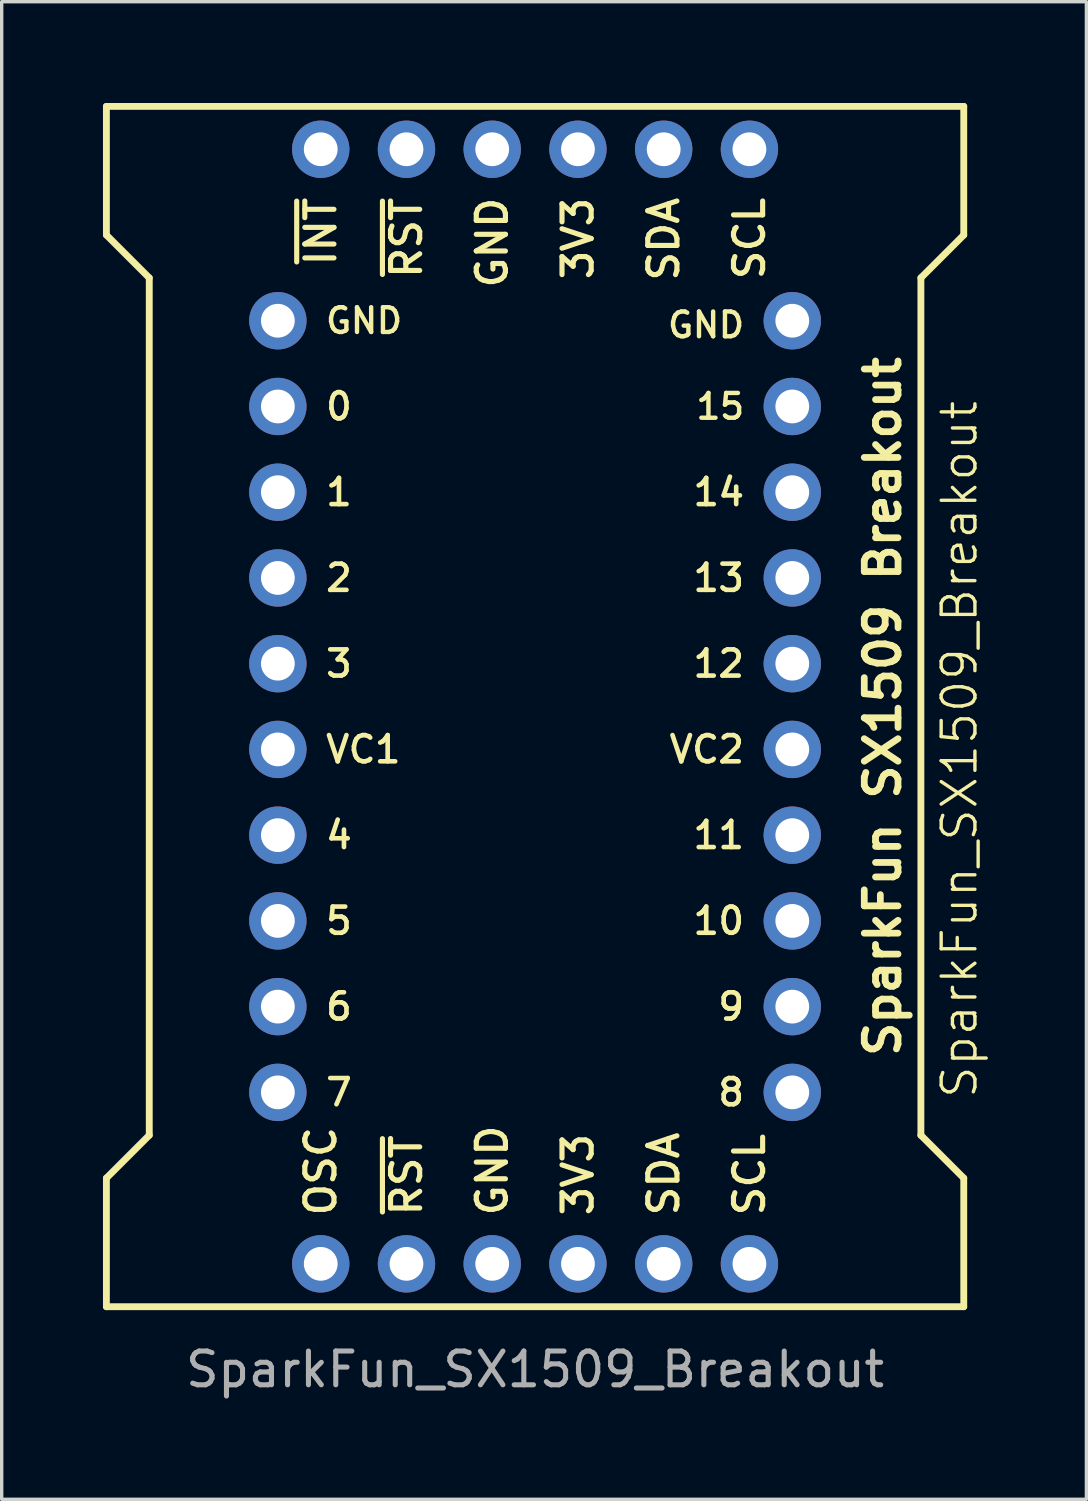
<source format=kicad_pcb>
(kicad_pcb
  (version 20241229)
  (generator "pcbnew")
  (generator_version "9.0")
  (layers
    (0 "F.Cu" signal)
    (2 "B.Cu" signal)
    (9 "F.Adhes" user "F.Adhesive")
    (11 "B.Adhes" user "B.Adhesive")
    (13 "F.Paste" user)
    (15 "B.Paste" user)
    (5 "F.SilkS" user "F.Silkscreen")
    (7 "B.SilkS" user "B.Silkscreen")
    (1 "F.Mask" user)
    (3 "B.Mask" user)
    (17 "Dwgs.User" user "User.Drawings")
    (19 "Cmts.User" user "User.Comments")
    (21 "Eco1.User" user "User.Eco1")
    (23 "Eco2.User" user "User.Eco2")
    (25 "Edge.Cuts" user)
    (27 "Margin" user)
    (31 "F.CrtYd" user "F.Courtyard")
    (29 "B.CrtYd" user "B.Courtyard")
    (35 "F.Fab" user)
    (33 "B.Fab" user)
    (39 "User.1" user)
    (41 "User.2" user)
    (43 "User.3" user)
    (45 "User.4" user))
  (footprint "SparkFun_SX1509_Breakout"
    (layer "F.Cu")
    (at 12.802 19.152)
    (property "Reference" "SparkFun_SX1509_Breakout" (at 12.573 0 90) (unlocked yes) (layer "F.SilkS") (effects (font (size 1 1) (thickness 0.1))))
    (attr through_hole)
    (fp_line (start -12.7 -19.05) (end -12.7 -15.24) (stroke (width 0.203) (type solid)) (layer "F.SilkS"))
    (fp_line (start -12.7 -15.24) (end -11.43 -13.97) (stroke (width 0.203) (type solid)) (layer "F.SilkS"))
    (fp_line (start -12.7 12.7) (end -12.7 16.51) (stroke (width 0.203) (type solid)) (layer "F.SilkS"))
    (fp_line (start -12.7 16.51) (end 12.7 16.51) (stroke (width 0.203) (type solid)) (layer "F.SilkS"))
    (fp_line (start -11.43 -13.97) (end -11.43 11.43) (stroke (width 0.203) (type solid)) (layer "F.SilkS"))
    (fp_line (start -11.43 11.43) (end -12.7 12.7) (stroke (width 0.203) (type solid)) (layer "F.SilkS"))
    (fp_line (start 11.43 -13.97) (end 12.7 -15.24) (stroke (width 0.203) (type solid)) (layer "F.SilkS"))
    (fp_line (start 11.43 11.43) (end 11.43 -13.97) (stroke (width 0.203) (type solid)) (layer "F.SilkS"))
    (fp_line (start 12.7 -19.05) (end -12.7 -19.05) (stroke (width 0.203) (type solid)) (layer "F.SilkS"))
    (fp_line (start 12.7 -15.24) (end 12.7 -19.05) (stroke (width 0.203) (type solid)) (layer "F.SilkS"))
    (fp_line (start 12.7 12.7) (end 11.43 11.43) (stroke (width 0.203) (type solid)) (layer "F.SilkS"))
    (fp_line (start 12.7 16.51) (end 12.7 12.7) (stroke (width 0.203) (type solid)) (layer "F.SilkS"))
    (fp_text user "12" (at 6.27 -2.54 0) (unlocked yes) (layer "F.SilkS") (effects (font (size 0.777 0.777) (thickness 0.137)) (justify right)))
    (fp_text user "0" (at -6.27 -10.16 0) (unlocked yes) (layer "F.SilkS") (effects (font (size 0.777 0.777) (thickness 0.137)) (justify left)))
    (fp_text user "SDA" (at 3.81 -16.43 90) (unlocked yes) (layer "F.SilkS") (effects (font (size 0.864 0.864) (thickness 0.152)) (justify right)))
    (fp_text user "15" (at 6.27 -10.16 0) (unlocked yes) (layer "F.SilkS") (effects (font (size 0.734 0.734) (thickness 0.13)) (justify right)))
    (fp_text user "9" (at 6.27 7.62 0) (unlocked yes) (layer "F.SilkS") (effects (font (size 0.777 0.777) (thickness 0.137)) (justify right)))
    (fp_text user "8" (at 6.27 10.16 0) (unlocked yes) (layer "F.SilkS") (effects (font (size 0.777 0.777) (thickness 0.137)) (justify right)))
    (fp_text user "SparkFun SX1509 Breakout" (at 10.3 -1.27 90) (unlocked yes) (layer "F.SilkS") (effects (font (size 1 1) (thickness 0.2) (bold yes))))
    (fp_text user "OSC" (at -6.35 13.89 90) (unlocked yes) (layer "F.SilkS") (effects (font (size 0.864 0.864) (thickness 0.152)) (justify left)))
    (fp_text user "5" (at -6.27 5.08 0) (unlocked yes) (layer "F.SilkS") (effects (font (size 0.777 0.777) (thickness 0.137)) (justify left)))
    (fp_text user "VC2" (at 6.27 0 0) (unlocked yes) (layer "F.SilkS") (effects (font (size 0.777 0.777) (thickness 0.137)) (justify right)))
    (fp_text user "11" (at 6.27 2.54 0) (unlocked yes) (layer "F.SilkS") (effects (font (size 0.777 0.777) (thickness 0.137)) (justify right)))
    (fp_text user "2" (at -6.27 -5.08 0) (unlocked yes) (layer "F.SilkS") (effects (font (size 0.777 0.777) (thickness 0.137)) (justify left)))
    (fp_text user "GND" (at 6.27 -12.573 0) (unlocked yes) (layer "F.SilkS") (effects (font (size 0.734 0.734) (thickness 0.13)) (justify right)))
    (fp_text user "10" (at 6.27 5.08 0) (unlocked yes) (layer "F.SilkS") (effects (font (size 0.777 0.777) (thickness 0.137)) (justify right)))
    (fp_text user "3V3" (at 1.27 -16.43 90) (unlocked yes) (layer "F.SilkS") (effects (font (size 0.864 0.864) (thickness 0.152)) (justify right)))
    (fp_text user "6" (at -6.27 7.62 0) (unlocked yes) (layer "F.SilkS") (effects (font (size 0.777 0.777) (thickness 0.137)) (justify left)))
    (fp_text user "SCL" (at 6.35 13.89 90) (unlocked yes) (layer "F.SilkS") (effects (font (size 0.864 0.864) (thickness 0.152)) (justify left)))
    (fp_text user "~{RST}" (at -3.81 -16.43 90) (unlocked yes) (layer "F.SilkS") (effects (font (size 0.864 0.864) (thickness 0.152)) (justify right)))
    (fp_text user "13" (at 6.27 -5.08 0) (unlocked yes) (layer "F.SilkS") (effects (font (size 0.777 0.777) (thickness 0.137)) (justify right)))
    (fp_text user "GND" (at -1.27 -16.43 90) (unlocked yes) (layer "F.SilkS") (effects (font (size 0.864 0.864) (thickness 0.152)) (justify right)))
    (fp_text user "~{INT}" (at -6.35 -16.43 90) (unlocked yes) (layer "F.SilkS") (effects (font (size 0.864 0.864) (thickness 0.152)) (justify right)))
    (fp_text user "VC1" (at -6.27 0 0) (unlocked yes) (layer "F.SilkS") (effects (font (size 0.777 0.777) (thickness 0.137)) (justify left)))
    (fp_text user "GND" (at -1.27 13.89 90) (unlocked yes) (layer "F.SilkS") (effects (font (size 0.864 0.864) (thickness 0.152)) (justify left)))
    (fp_text user "3" (at -6.27 -2.54 0) (unlocked yes) (layer "F.SilkS") (effects (font (size 0.777 0.777) (thickness 0.137)) (justify left)))
    (fp_text user "~{RST}" (at -3.81 13.89 90) (unlocked yes) (layer "F.SilkS") (effects (font (size 0.864 0.864) (thickness 0.152)) (justify left)))
    (fp_text user "GND" (at -6.27 -12.7 0) (unlocked yes) (layer "F.SilkS") (effects (font (size 0.734 0.734) (thickness 0.13)) (justify left)))
    (fp_text user "7" (at -6.27 10.16 0) (unlocked yes) (layer "F.SilkS") (effects (font (size 0.777 0.777) (thickness 0.137)) (justify left)))
    (fp_text user "SDA" (at 3.81 13.89 90) (unlocked yes) (layer "F.SilkS") (effects (font (size 0.864 0.864) (thickness 0.152)) (justify left)))
    (fp_text user "1" (at -6.27 -7.62 0) (unlocked yes) (layer "F.SilkS") (effects (font (size 0.777 0.777) (thickness 0.137)) (justify left)))
    (fp_text user "14" (at 6.27 -7.62 0) (unlocked yes) (layer "F.SilkS") (effects (font (size 0.777 0.777) (thickness 0.137)) (justify right)))
    (fp_text user "3V3" (at 1.27 13.89 90) (unlocked yes) (layer "F.SilkS") (effects (font (size 0.864 0.864) (thickness 0.152)) (justify left)))
    (fp_text user "SCL" (at 6.35 -16.43 90) (unlocked yes) (layer "F.SilkS") (effects (font (size 0.864 0.864) (thickness 0.152)) (justify right)))
    (fp_text user "4" (at -6.27 2.54 0) (unlocked yes) (layer "F.SilkS") (effects (font (size 0.777 0.777) (thickness 0.137)) (justify left)))
    (fp_text user "${REFERENCE}" (at 0 18.368 0) (unlocked yes) (layer "F.Fab") (effects (font (size 1 1) (thickness 0.15))))
    (pad "J1/1" thru_hole circle (at -6.35 -17.78 90) (size 1.7 1.7) (drill 1) (layers "*.Cu" "*.Mask"))
    (pad "J1/2" thru_hole circle (at -3.81 -17.78 90) (size 1.7 1.7) (drill 1) (layers "*.Cu" "*.Mask"))
    (pad "J1/3" thru_hole circle (at -1.27 -17.78 90) (size 1.7 1.7) (drill 1) (layers "*.Cu" "*.Mask"))
    (pad "J1/4" thru_hole circle (at 1.27 -17.78 90) (size 1.7 1.7) (drill 1) (layers "*.Cu" "*.Mask"))
    (pad "J1/5" thru_hole circle (at 3.81 -17.78 90) (size 1.7 1.7) (drill 1) (layers "*.Cu" "*.Mask"))
    (pad "J1/6" thru_hole circle (at 6.35 -17.78 90) (size 1.7 1.7) (drill 1) (layers "*.Cu" "*.Mask"))
    (pad "J2/1" thru_hole circle (at -6.35 15.24 90) (size 1.7 1.7) (drill 1) (layers "*.Cu" "*.Mask"))
    (pad "J2/2" thru_hole circle (at -3.81 15.24 90) (size 1.7 1.7) (drill 1) (layers "*.Cu" "*.Mask"))
    (pad "J2/3" thru_hole circle (at -1.27 15.24 90) (size 1.7 1.7) (drill 1) (layers "*.Cu" "*.Mask"))
    (pad "J2/4" thru_hole circle (at 1.27 15.24 90) (size 1.7 1.7) (drill 1) (layers "*.Cu" "*.Mask"))
    (pad "J2/5" thru_hole circle (at 3.81 15.24 90) (size 1.7 1.7) (drill 1) (layers "*.Cu" "*.Mask"))
    (pad "J2/6" thru_hole circle (at 6.35 15.24 90) (size 1.7 1.7) (drill 1) (layers "*.Cu" "*.Mask"))
    (pad "J3/2" thru_hole circle (at -7.62 -12.7 270) (size 1.7 1.7) (drill 1) (layers "*.Cu" "*.Mask"))
    (pad "J3/4" thru_hole circle (at -7.62 -10.16 270) (size 1.7 1.7) (drill 1) (layers "*.Cu" "*.Mask"))
    (pad "J3/6" thru_hole circle (at -7.62 -7.62 270) (size 1.7 1.7) (drill 1) (layers "*.Cu" "*.Mask"))
    (pad "J3/8" thru_hole circle (at -7.62 -5.08 270) (size 1.7 1.7) (drill 1) (layers "*.Cu" "*.Mask"))
    (pad "J3/10" thru_hole circle (at -7.62 -2.54 270) (size 1.7 1.7) (drill 1) (layers "*.Cu" "*.Mask"))
    (pad "J3/12" thru_hole circle (at -7.62 0 270) (size 1.7 1.7) (drill 1) (layers "*.Cu" "*.Mask"))
    (pad "J3/14" thru_hole circle (at -7.62 2.54 270) (size 1.7 1.7) (drill 1) (layers "*.Cu" "*.Mask"))
    (pad "J3/16" thru_hole circle (at -7.62 5.08 270) (size 1.7 1.7) (drill 1) (layers "*.Cu" "*.Mask"))
    (pad "J3/18" thru_hole circle (at -7.62 7.62 270) (size 1.7 1.7) (drill 1) (layers "*.Cu" "*.Mask"))
    (pad "J3/20" thru_hole circle (at -7.62 10.16 270) (size 1.7 1.7) (drill 1) (layers "*.Cu" "*.Mask"))
    (pad "J4/2" thru_hole circle (at 7.62 10.16 90) (size 1.7 1.7) (drill 1) (layers "*.Cu" "*.Mask"))
    (pad "J4/4" thru_hole circle (at 7.62 7.62 90) (size 1.7 1.7) (drill 1) (layers "*.Cu" "*.Mask"))
    (pad "J4/6" thru_hole circle (at 7.62 5.08 90) (size 1.7 1.7) (drill 1) (layers "*.Cu" "*.Mask"))
    (pad "J4/8" thru_hole circle (at 7.62 2.54 90) (size 1.7 1.7) (drill 1) (layers "*.Cu" "*.Mask"))
    (pad "J4/10" thru_hole circle (at 7.62 0 90) (size 1.7 1.7) (drill 1) (layers "*.Cu" "*.Mask"))
    (pad "J4/12" thru_hole circle (at 7.62 -2.54 90) (size 1.7 1.7) (drill 1) (layers "*.Cu" "*.Mask"))
    (pad "J4/14" thru_hole circle (at 7.62 -5.08 90) (size 1.7 1.7) (drill 1) (layers "*.Cu" "*.Mask"))
    (pad "J4/16" thru_hole circle (at 7.62 -7.62 90) (size 1.7 1.7) (drill 1) (layers "*.Cu" "*.Mask"))
    (pad "J4/18" thru_hole circle (at 7.62 -10.16 90) (size 1.7 1.7) (drill 1) (layers "*.Cu" "*.Mask"))
    (pad "J4/20" thru_hole circle (at 7.62 -12.7 90) (size 1.7 1.7) (drill 1) (layers "*.Cu" "*.Mask")))
  (gr_rect
    (start -3 -3)
    (end 29.135 41.368)
    (stroke (width 0.1) (type default))
    (fill no)
    (layer "Edge.Cuts")))
</source>
